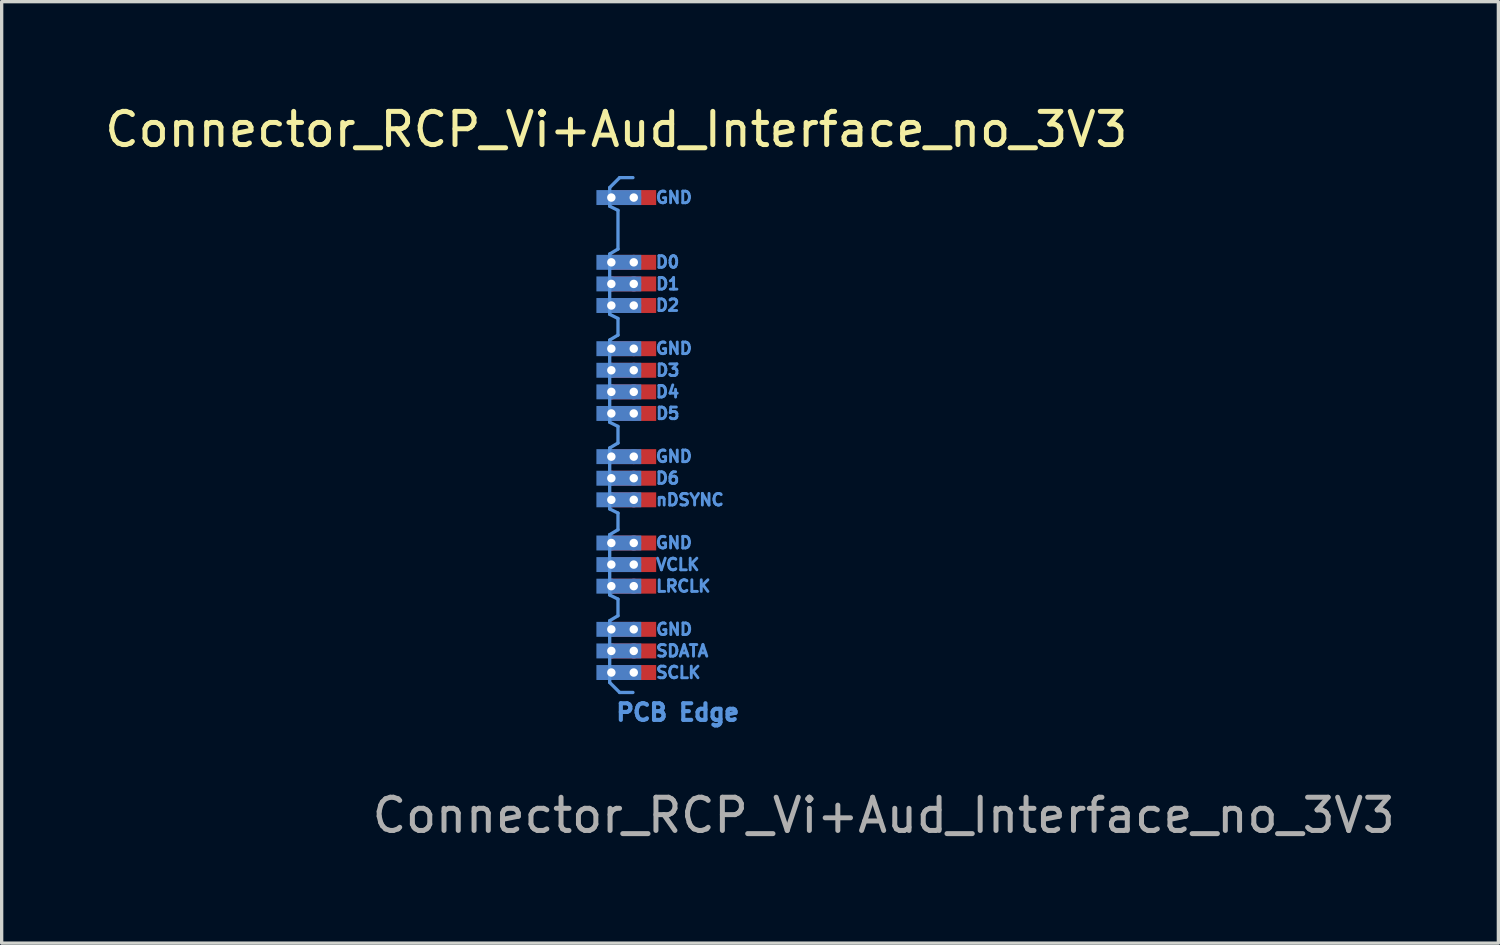
<source format=kicad_pcb>
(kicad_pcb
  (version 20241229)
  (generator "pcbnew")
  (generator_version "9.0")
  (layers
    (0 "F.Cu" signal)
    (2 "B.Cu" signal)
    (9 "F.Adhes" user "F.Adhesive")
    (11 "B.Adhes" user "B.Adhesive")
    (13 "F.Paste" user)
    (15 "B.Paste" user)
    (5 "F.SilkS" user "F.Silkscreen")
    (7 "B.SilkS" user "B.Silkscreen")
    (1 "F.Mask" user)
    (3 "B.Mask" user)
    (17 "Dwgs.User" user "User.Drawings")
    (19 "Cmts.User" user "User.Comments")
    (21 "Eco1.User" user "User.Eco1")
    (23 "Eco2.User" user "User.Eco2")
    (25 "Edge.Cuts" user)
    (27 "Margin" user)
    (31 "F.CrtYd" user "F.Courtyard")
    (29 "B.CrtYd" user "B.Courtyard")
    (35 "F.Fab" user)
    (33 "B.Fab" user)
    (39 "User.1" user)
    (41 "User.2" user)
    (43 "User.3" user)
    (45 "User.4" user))
  (footprint "Connector_RCP_Vi+Aud_Interface_no_3V3"
    (layer "F.Cu")
    (at 15.356 17.198)
    (property "Reference" "Connector_RCP_Vi+Aud_Interface_no_3V3" (at 0.15 -16.35 0) (unlocked yes) (layer "F.SilkS") (effects (font (size 1 1) (thickness 0.15))))
    (attr smd)
    (fp_line (start -0.05 -14.6) (end 0.25 -14.9) (stroke (width 0.1) (type solid)) (layer "Cmts.User"))
    (fp_line (start -0.05 -14.04) (end -0.05 -14.6) (stroke (width 0.1) (type solid)) (layer "Cmts.User"))
    (fp_line (start -0.05 -12.6) (end 0.2 -12.75) (stroke (width 0.1) (type solid)) (layer "Cmts.User"))
    (fp_line (start -0.05 -10.785) (end -0.05 -12.6) (stroke (width 0.1) (type solid)) (layer "Cmts.User"))
    (fp_line (start -0.05 -10.01) (end 0.2 -10.16) (stroke (width 0.1) (type solid)) (layer "Cmts.User"))
    (fp_line (start -0.05 -7.535) (end -0.05 -10.01) (stroke (width 0.1) (type solid)) (layer "Cmts.User"))
    (fp_line (start -0.05 -6.76) (end 0.2 -6.91) (stroke (width 0.1) (type solid)) (layer "Cmts.User"))
    (fp_line (start -0.05 -4.925) (end -0.05 -6.76) (stroke (width 0.1) (type solid)) (layer "Cmts.User"))
    (fp_line (start -0.05 -4.15) (end 0.2 -4.3) (stroke (width 0.1) (type solid)) (layer "Cmts.User"))
    (fp_line (start -0.05 -2.335) (end -0.05 -4.15) (stroke (width 0.1) (type solid)) (layer "Cmts.User"))
    (fp_line (start -0.05 -1.56) (end 0.2 -1.71) (stroke (width 0.1) (type solid)) (layer "Cmts.User"))
    (fp_line (start -0.05 0.3) (end -0.05 -1.558) (stroke (width 0.1) (type solid)) (layer "Cmts.User"))
    (fp_line (start 0.2 -13.915) (end -0.05 -14.04) (stroke (width 0.1) (type solid)) (layer "Cmts.User"))
    (fp_line (start 0.2 -12.75) (end 0.2 -13.915) (stroke (width 0.1) (type solid)) (layer "Cmts.User"))
    (fp_line (start 0.2 -10.66) (end -0.05 -10.785) (stroke (width 0.1) (type solid)) (layer "Cmts.User"))
    (fp_line (start 0.2 -10.16) (end 0.2 -10.66) (stroke (width 0.1) (type solid)) (layer "Cmts.User"))
    (fp_line (start 0.2 -7.41) (end -0.05 -7.535) (stroke (width 0.1) (type solid)) (layer "Cmts.User"))
    (fp_line (start 0.2 -6.91) (end 0.2 -7.41) (stroke (width 0.1) (type solid)) (layer "Cmts.User"))
    (fp_line (start 0.2 -4.8) (end -0.05 -4.925) (stroke (width 0.1) (type solid)) (layer "Cmts.User"))
    (fp_line (start 0.2 -4.3) (end 0.2 -4.8) (stroke (width 0.1) (type solid)) (layer "Cmts.User"))
    (fp_line (start 0.2 -2.21) (end -0.05 -2.335) (stroke (width 0.1) (type solid)) (layer "Cmts.User"))
    (fp_line (start 0.2 -1.71) (end 0.2 -2.21) (stroke (width 0.1) (type solid)) (layer "Cmts.User"))
    (fp_line (start 0.25 -14.9) (end 0.65 -14.9) (stroke (width 0.1) (type solid)) (layer "Cmts.User"))
    (fp_line (start 0.25 0.6) (end -0.05 0.3) (stroke (width 0.1) (type solid)) (layer "Cmts.User"))
    (fp_line (start 0.25 0.6) (end 0.65 0.6) (stroke (width 0.1) (type solid)) (layer "Cmts.User"))
    (fp_text user "D3" (at 1.3 -9.1 0) (unlocked yes) (layer "Cmts.User") (effects (font (size 0.35 0.35) (thickness 0.087)) (justify left)))
    (fp_text user "D1" (at 1.3 -11.7 0) (unlocked yes) (layer "Cmts.User") (effects (font (size 0.35 0.35) (thickness 0.087)) (justify left)))
    (fp_text user "SDATA" (at 1.3 -0.65 0) (unlocked yes) (layer "Cmts.User") (effects (font (size 0.35 0.35) (thickness 0.087)) (justify left)))
    (fp_text user "SCLK" (at 1.3 0 0) (unlocked yes) (layer "Cmts.User") (effects (font (size 0.35 0.35) (thickness 0.087)) (justify left)))
    (fp_text user "GND" (at 1.293 -9.758 0) (unlocked yes) (layer "Cmts.User") (effects (font (size 0.35 0.35) (thickness 0.087)) (justify left)))
    (fp_text user "D5" (at 1.3 -7.8 0) (unlocked yes) (layer "Cmts.User") (effects (font (size 0.35 0.35) (thickness 0.087)) (justify left)))
    (fp_text user "GND" (at 1.293 -6.506 0) (unlocked yes) (layer "Cmts.User") (effects (font (size 0.35 0.35) (thickness 0.087)) (justify left)))
    (fp_text user "D4" (at 1.293 -8.451 0) (unlocked yes) (layer "Cmts.User") (effects (font (size 0.35 0.35) (thickness 0.087)) (justify left)))
    (fp_text user "GND" (at 1.293 -14.301 0) (unlocked yes) (layer "Cmts.User") (effects (font (size 0.35 0.35) (thickness 0.087)) (justify left)))
    (fp_text user "PCB Edge" (at 2 1.2 0) (unlocked yes) (layer "Cmts.User") (effects (font (size 0.5 0.5) (thickness 0.125))))
    (fp_text user "GND" (at 1.293 -3.907 0) (unlocked yes) (layer "Cmts.User") (effects (font (size 0.35 0.35) (thickness 0.087)) (justify left)))
    (fp_text user "LRCLK" (at 1.3 -2.6 0) (unlocked yes) (layer "Cmts.User") (effects (font (size 0.35 0.35) (thickness 0.087)) (justify left)))
    (fp_text user "nDSYNC" (at 1.3 -5.2 0) (unlocked yes) (layer "Cmts.User") (effects (font (size 0.35 0.35) (thickness 0.087)) (justify left)))
    (fp_text user "D0" (at 1.293 -12.357 0) (unlocked yes) (layer "Cmts.User") (effects (font (size 0.35 0.35) (thickness 0.087)) (justify left)))
    (fp_text user "GND" (at 1.3 -1.3 0) (unlocked yes) (layer "Cmts.User") (effects (font (size 0.35 0.35) (thickness 0.087)) (justify left)))
    (fp_text user "D2" (at 1.293 -11.057 0) (unlocked yes) (layer "Cmts.User") (effects (font (size 0.35 0.35) (thickness 0.087)) (justify left)))
    (fp_text user "VCLK" (at 1.3 -3.25 0) (unlocked yes) (layer "Cmts.User") (effects (font (size 0.35 0.35) (thickness 0.087)) (justify left)))
    (fp_text user "D6" (at 1.293 -5.852 0) (unlocked yes) (layer "Cmts.User") (effects (font (size 0.35 0.35) (thickness 0.087)) (justify left)))
    (fp_text user "${REFERENCE}" (at 8.2 4.3 0) (unlocked yes) (layer "F.Fab") (effects (font (size 1 1) (thickness 0.15))))
    (pad "6" thru_hole circle (at 0 0) (size 0.45 0.45) (drill 0.254) (layers "*.Cu" "*.Mask"))
    (pad "6" smd rect (at 0.225 0) (size 1.35 0.45) (layers "B.Cu" "B.Mask"))
    (pad "6" thru_hole circle (at 0.675 0) (size 0.45 0.45) (drill 0.254) (layers "*.Cu" "*.Mask"))
    (pad "6" smd rect (at 0.675 0) (size 1.35 0.45) (layers "F.Cu" "F.Mask"))
    (pad "7" thru_hole circle (at 0 -0.65) (size 0.45 0.45) (drill 0.254) (layers "*.Cu" "*.Mask"))
    (pad "7" smd rect (at 0.225 -0.65) (size 1.35 0.45) (layers "B.Cu" "B.Mask"))
    (pad "7" thru_hole circle (at 0.675 -0.65) (size 0.45 0.45) (drill 0.254) (layers "*.Cu" "*.Mask"))
    (pad "7" smd rect (at 0.675 -0.65) (size 1.35 0.45) (layers "F.Cu" "F.Mask"))
    (pad "8" thru_hole circle (at 0 -1.3) (size 0.45 0.45) (drill 0.254) (layers "*.Cu" "*.Mask"))
    (pad "8" smd rect (at 0.225 -1.3) (size 1.35 0.45) (layers "B.Cu" "B.Mask"))
    (pad "8" thru_hole circle (at 0.675 -1.3) (size 0.45 0.45) (drill 0.254) (layers "*.Cu" "*.Mask"))
    (pad "8" smd rect (at 0.675 -1.3) (size 1.35 0.45) (layers "F.Cu" "F.Mask"))
    (pad "10" thru_hole circle (at 0 -2.6) (size 0.45 0.45) (drill 0.254) (layers "*.Cu" "*.Mask"))
    (pad "10" smd rect (at 0.225 -2.6) (size 1.35 0.45) (layers "B.Cu" "B.Mask"))
    (pad "10" thru_hole circle (at 0.675 -2.6) (size 0.45 0.45) (drill 0.254) (layers "*.Cu" "*.Mask"))
    (pad "10" smd rect (at 0.675 -2.6) (size 1.35 0.45) (layers "F.Cu" "F.Mask"))
    (pad "11" thru_hole circle (at 0 -3.25) (size 0.45 0.45) (drill 0.254) (layers "*.Cu" "*.Mask"))
    (pad "11" smd rect (at 0.225 -3.25) (size 1.35 0.45) (layers "B.Cu" "B.Mask"))
    (pad "11" thru_hole circle (at 0.675 -3.25) (size 0.45 0.45) (drill 0.254) (layers "*.Cu" "*.Mask"))
    (pad "11" smd rect (at 0.675 -3.25) (size 1.35 0.45) (layers "F.Cu" "F.Mask"))
    (pad "12" thru_hole circle (at 0 -3.9) (size 0.45 0.45) (drill 0.254) (layers "*.Cu" "*.Mask"))
    (pad "12" smd rect (at 0.225 -3.9) (size 1.35 0.45) (layers "B.Cu" "B.Mask"))
    (pad "12" thru_hole circle (at 0.675 -3.9) (size 0.45 0.45) (drill 0.254) (layers "*.Cu" "*.Mask"))
    (pad "12" smd rect (at 0.675 -3.9) (size 1.35 0.45) (layers "F.Cu" "F.Mask"))
    (pad "14" thru_hole circle (at 0 -5.2) (size 0.45 0.45) (drill 0.254) (layers "*.Cu" "*.Mask"))
    (pad "14" smd rect (at 0.225 -5.2) (size 1.35 0.45) (layers "B.Cu" "B.Mask"))
    (pad "14" thru_hole circle (at 0.675 -5.2) (size 0.45 0.45) (drill 0.254) (layers "*.Cu" "*.Mask"))
    (pad "14" smd rect (at 0.675 -5.2) (size 1.35 0.45) (layers "F.Cu" "F.Mask"))
    (pad "15" thru_hole circle (at 0 -5.85) (size 0.45 0.45) (drill 0.254) (layers "*.Cu" "*.Mask"))
    (pad "15" smd rect (at 0.225 -5.85) (size 1.35 0.45) (layers "B.Cu" "B.Mask"))
    (pad "15" thru_hole circle (at 0.675 -5.85) (size 0.45 0.45) (drill 0.254) (layers "*.Cu" "*.Mask"))
    (pad "15" smd rect (at 0.675 -5.85) (size 1.35 0.45) (layers "F.Cu" "F.Mask"))
    (pad "16" thru_hole circle (at 0 -6.5) (size 0.45 0.45) (drill 0.254) (layers "*.Cu" "*.Mask"))
    (pad "16" smd rect (at 0.225 -6.5) (size 1.35 0.45) (layers "B.Cu" "B.Mask"))
    (pad "16" thru_hole circle (at 0.675 -6.5) (size 0.45 0.45) (drill 0.254) (layers "*.Cu" "*.Mask"))
    (pad "16" smd rect (at 0.675 -6.5) (size 1.35 0.45) (layers "F.Cu" "F.Mask"))
    (pad "18" thru_hole circle (at 0 -7.8) (size 0.45 0.45) (drill 0.254) (layers "*.Cu" "*.Mask"))
    (pad "18" smd rect (at 0.225 -7.8) (size 1.35 0.45) (layers "B.Cu" "B.Mask"))
    (pad "18" thru_hole circle (at 0.675 -7.8) (size 0.45 0.45) (drill 0.254) (layers "*.Cu" "*.Mask"))
    (pad "18" smd rect (at 0.675 -7.8) (size 1.35 0.45) (layers "F.Cu" "F.Mask"))
    (pad "19" thru_hole circle (at 0 -8.45) (size 0.45 0.45) (drill 0.254) (layers "*.Cu" "*.Mask"))
    (pad "19" smd rect (at 0.225 -8.45) (size 1.35 0.45) (layers "B.Cu" "B.Mask"))
    (pad "19" thru_hole circle (at 0.675 -8.45) (size 0.45 0.45) (drill 0.254) (layers "*.Cu" "*.Mask"))
    (pad "19" smd rect (at 0.675 -8.45) (size 1.35 0.45) (layers "F.Cu" "F.Mask"))
    (pad "20" thru_hole circle (at 0 -9.1) (size 0.45 0.45) (drill 0.254) (layers "*.Cu" "*.Mask"))
    (pad "20" smd rect (at 0.225 -9.1) (size 1.35 0.45) (layers "B.Cu" "B.Mask"))
    (pad "20" thru_hole circle (at 0.675 -9.1) (size 0.45 0.45) (drill 0.254) (layers "*.Cu" "*.Mask"))
    (pad "20" smd rect (at 0.675 -9.1) (size 1.35 0.45) (layers "F.Cu" "F.Mask"))
    (pad "21" thru_hole circle (at 0 -9.75) (size 0.45 0.45) (drill 0.254) (layers "*.Cu" "*.Mask"))
    (pad "21" smd rect (at 0.225 -9.75) (size 1.35 0.45) (layers "B.Cu" "B.Mask" "B.Paste"))
    (pad "21" thru_hole circle (at 0.675 -9.75) (size 0.45 0.45) (drill 0.254) (layers "*.Cu" "*.Mask"))
    (pad "21" smd rect (at 0.675 -9.75) (size 1.35 0.45) (layers "F.Cu" "F.Mask"))
    (pad "23" thru_hole circle (at 0 -11.05) (size 0.45 0.45) (drill 0.254) (layers "*.Cu" "*.Mask"))
    (pad "23" smd rect (at 0.225 -11.05) (size 1.35 0.45) (layers "B.Cu" "B.Mask"))
    (pad "23" thru_hole circle (at 0.675 -11.05) (size 0.45 0.45) (drill 0.254) (layers "*.Cu" "*.Mask"))
    (pad "23" smd rect (at 0.675 -11.05) (size 1.35 0.45) (layers "F.Cu" "F.Mask"))
    (pad "24" thru_hole circle (at 0 -11.7) (size 0.45 0.45) (drill 0.254) (layers "*.Cu" "*.Mask"))
    (pad "24" smd rect (at 0.225 -11.7) (size 1.35 0.45) (layers "B.Cu" "B.Mask"))
    (pad "24" thru_hole circle (at 0.675 -11.7) (size 0.45 0.45) (drill 0.254) (layers "*.Cu" "*.Mask"))
    (pad "24" smd rect (at 0.675 -11.7) (size 1.35 0.45) (layers "F.Cu" "F.Mask"))
    (pad "25" thru_hole circle (at 0 -12.35) (size 0.45 0.45) (drill 0.254) (layers "*.Cu" "*.Mask"))
    (pad "25" smd rect (at 0.225 -12.35) (size 1.35 0.45) (layers "B.Cu" "B.Mask"))
    (pad "25" thru_hole circle (at 0.675 -12.35) (size 0.45 0.45) (drill 0.254) (layers "*.Cu" "*.Mask"))
    (pad "25" smd rect (at 0.675 -12.35) (size 1.35 0.45) (layers "F.Cu" "F.Mask"))
    (pad "28" thru_hole circle (at 0 -14.3) (size 0.45 0.45) (drill 0.254) (layers "*.Cu" "*.Mask"))
    (pad "28" smd rect (at 0.225 -14.3) (size 1.35 0.45) (layers "B.Cu" "B.Mask"))
    (pad "28" thru_hole circle (at 0.675 -14.3) (size 0.45 0.45) (drill 0.254) (layers "*.Cu" "*.Mask"))
    (pad "28" smd rect (at 0.675 -14.3) (size 1.35 0.45) (layers "F.Cu" "F.Mask")))
  (gr_rect
    (start -3 -3)
    (end 42.062 25.346)
    (stroke (width 0.1) (type default))
    (fill no)
    (layer "Edge.Cuts")))
</source>
